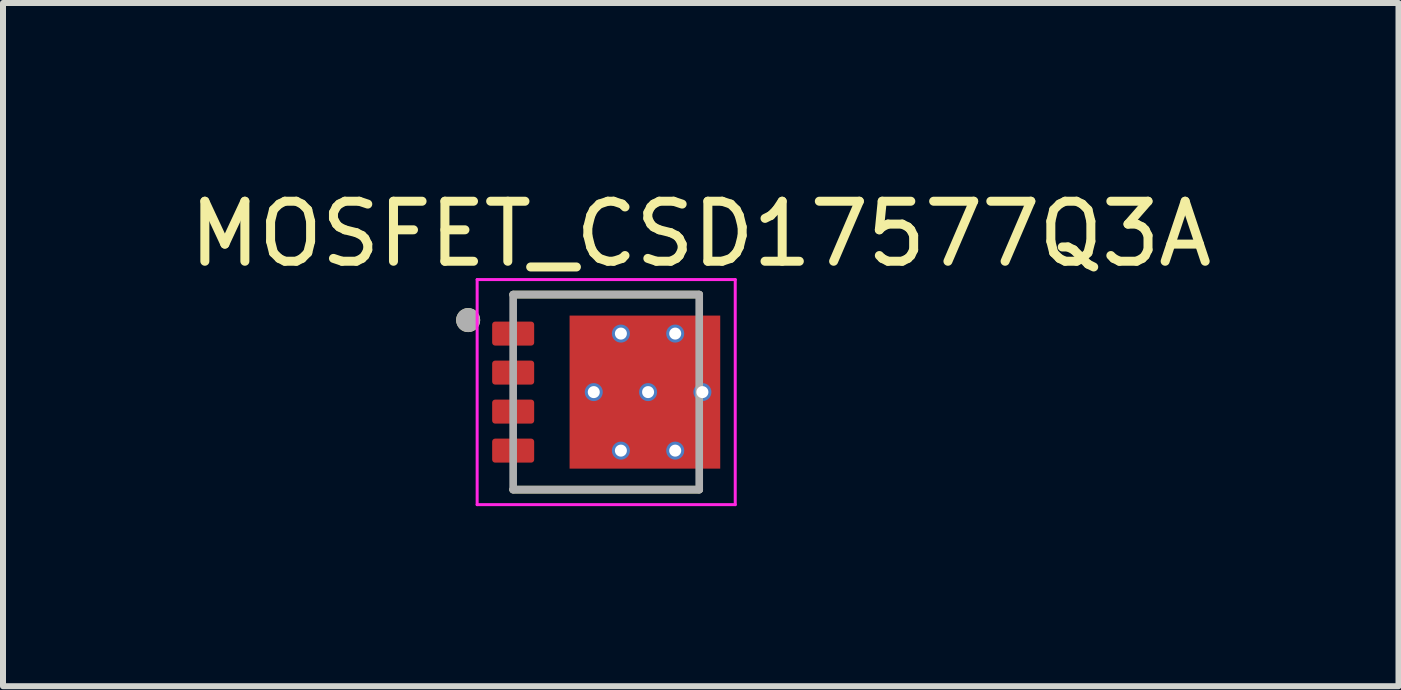
<source format=kicad_pcb>
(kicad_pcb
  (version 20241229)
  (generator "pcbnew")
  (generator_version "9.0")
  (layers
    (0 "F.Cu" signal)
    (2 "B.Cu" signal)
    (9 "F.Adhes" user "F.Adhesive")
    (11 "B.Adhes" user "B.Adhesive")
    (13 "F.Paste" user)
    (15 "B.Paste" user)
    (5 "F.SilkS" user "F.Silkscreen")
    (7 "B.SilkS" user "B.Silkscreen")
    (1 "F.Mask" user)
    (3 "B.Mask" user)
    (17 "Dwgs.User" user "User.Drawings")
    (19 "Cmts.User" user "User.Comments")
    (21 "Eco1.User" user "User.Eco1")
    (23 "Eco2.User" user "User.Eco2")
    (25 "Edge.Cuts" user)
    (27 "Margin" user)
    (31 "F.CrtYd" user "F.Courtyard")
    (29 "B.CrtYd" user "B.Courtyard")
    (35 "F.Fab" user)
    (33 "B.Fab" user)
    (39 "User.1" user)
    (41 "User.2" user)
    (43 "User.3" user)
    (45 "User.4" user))
  (footprint "MOSFET_CSD17577Q3A"
    (layer "F.Cu")
    (at 7.05 3.483)
    (property "Reference" "MOSFET_CSD17577Q3A" (at 1.575 -2.635 0) (layer "F.SilkS") (effects (font (size 1 1) (thickness 0.15))))
    (attr through_hole)
    (fp_poly (pts (xy -0.561 -1.225) (xy 1.215 -1.225) (xy 1.215 1.227) (xy -0.561 1.227)) (stroke (width 0.01) (type solid)) (fill yes) (layer "F.Mask"))
    (fp_poly (pts (xy 1.215 -0.475) (xy 1.85 -0.475) (xy 1.85 -0.175) (xy 1.215 -0.175)) (stroke (width 0.01) (type solid)) (fill yes) (layer "F.Mask"))
    (fp_poly (pts (xy 1.215 0.175) (xy 1.85 0.175) (xy 1.85 0.475) (xy 1.215 0.475)) (stroke (width 0.01) (type solid)) (fill yes) (layer "F.Mask"))
    (fp_poly (pts (xy 1.215 0.825) (xy 1.85 0.825) (xy 1.85 1.125) (xy 1.215 1.125)) (stroke (width 0.01) (type solid)) (fill yes) (layer "F.Mask"))
    (fp_poly (pts (xy 1.216 -1.125) (xy 1.85 -1.125) (xy 1.85 -0.826) (xy 1.216 -0.826)) (stroke (width 0.01) (type solid)) (fill yes) (layer "F.Mask"))
    (fp_poly (pts (xy -1.8 -1.125) (xy -1.3 -1.125) (xy -1.297 -1.125) (xy -1.295 -1.125) (xy -1.292 -1.124) (xy -1.29 -1.124) (xy -1.287 -1.123) (xy -1.285 -1.123) (xy -1.282 -1.122) (xy -1.28 -1.121) (xy -1.277 -1.12) (xy -1.275 -1.118) (xy -1.273 -1.117) (xy -1.271 -1.115) (xy -1.269 -1.114) (xy -1.267 -1.112) (xy -1.265 -1.11) (xy -1.263 -1.108) (xy -1.261 -1.106) (xy -1.26 -1.104) (xy -1.258 -1.102) (xy -1.257 -1.1) (xy -1.255 -1.098) (xy -1.254 -1.095) (xy -1.253 -1.093) (xy -1.252 -1.09) (xy -1.252 -1.088) (xy -1.251 -1.085) (xy -1.251 -1.083) (xy -1.25 -1.08) (xy -1.25 -1.078) (xy -1.25 -1.075) (xy -1.25 -0.875) (xy -1.25 -0.872) (xy -1.25 -0.87) (xy -1.251 -0.867) (xy -1.251 -0.865) (xy -1.252 -0.862) (xy -1.252 -0.86) (xy -1.253 -0.857) (xy -1.254 -0.855) (xy -1.255 -0.852) (xy -1.257 -0.85) (xy -1.258 -0.848) (xy -1.26 -0.846) (xy -1.261 -0.844) (xy -1.263 -0.842) (xy -1.265 -0.84) (xy -1.267 -0.838) (xy -1.269 -0.836) (xy -1.271 -0.835) (xy -1.273 -0.833) (xy -1.275 -0.832) (xy -1.277 -0.83) (xy -1.28 -0.829) (xy -1.282 -0.828) (xy -1.285 -0.827) (xy -1.287 -0.827) (xy -1.29 -0.826) (xy -1.292 -0.826) (xy -1.295 -0.825) (xy -1.297 -0.825) (xy -1.3 -0.825) (xy -1.8 -0.825) (xy -1.803 -0.825) (xy -1.805 -0.825) (xy -1.808 -0.826) (xy -1.81 -0.826) (xy -1.813 -0.827) (xy -1.815 -0.827) (xy -1.818 -0.828) (xy -1.82 -0.829) (xy -1.823 -0.83) (xy -1.825 -0.832) (xy -1.827 -0.833) (xy -1.829 -0.835) (xy -1.831 -0.836) (xy -1.833 -0.838) (xy -1.835 -0.84) (xy -1.837 -0.842) (xy -1.839 -0.844) (xy -1.84 -0.846) (xy -1.842 -0.848) (xy -1.843 -0.85) (xy -1.845 -0.852) (xy -1.846 -0.855) (xy -1.847 -0.857) (xy -1.848 -0.86) (xy -1.848 -0.862) (xy -1.849 -0.865) (xy -1.849 -0.867) (xy -1.85 -0.87) (xy -1.85 -0.872) (xy -1.85 -0.875) (xy -1.85 -1.075) (xy -1.85 -1.078) (xy -1.85 -1.08) (xy -1.849 -1.083) (xy -1.849 -1.085) (xy -1.848 -1.088) (xy -1.848 -1.09) (xy -1.847 -1.093) (xy -1.846 -1.095) (xy -1.845 -1.098) (xy -1.843 -1.1) (xy -1.842 -1.102) (xy -1.84 -1.104) (xy -1.839 -1.106) (xy -1.837 -1.108) (xy -1.835 -1.11) (xy -1.833 -1.112) (xy -1.831 -1.114) (xy -1.829 -1.115) (xy -1.827 -1.117) (xy -1.825 -1.118) (xy -1.823 -1.12) (xy -1.82 -1.121) (xy -1.818 -1.122) (xy -1.815 -1.123) (xy -1.813 -1.123) (xy -1.81 -1.124) (xy -1.808 -1.124) (xy -1.805 -1.125) (xy -1.803 -1.125) (xy -1.8 -1.125)) (stroke (width 0.0001) (type solid)) (fill yes) (layer "F.Mask"))
    (fp_poly (pts (xy -1.8 -0.475) (xy -1.3 -0.475) (xy -1.297 -0.475) (xy -1.295 -0.475) (xy -1.292 -0.474) (xy -1.29 -0.474) (xy -1.287 -0.473) (xy -1.285 -0.473) (xy -1.282 -0.472) (xy -1.28 -0.471) (xy -1.277 -0.47) (xy -1.275 -0.468) (xy -1.273 -0.467) (xy -1.271 -0.465) (xy -1.269 -0.464) (xy -1.267 -0.462) (xy -1.265 -0.46) (xy -1.263 -0.458) (xy -1.261 -0.456) (xy -1.26 -0.454) (xy -1.258 -0.452) (xy -1.257 -0.45) (xy -1.255 -0.448) (xy -1.254 -0.445) (xy -1.253 -0.443) (xy -1.252 -0.44) (xy -1.252 -0.438) (xy -1.251 -0.435) (xy -1.251 -0.433) (xy -1.25 -0.43) (xy -1.25 -0.428) (xy -1.25 -0.425) (xy -1.25 -0.225) (xy -1.25 -0.222) (xy -1.25 -0.22) (xy -1.251 -0.217) (xy -1.251 -0.215) (xy -1.252 -0.212) (xy -1.252 -0.21) (xy -1.253 -0.207) (xy -1.254 -0.205) (xy -1.255 -0.202) (xy -1.257 -0.2) (xy -1.258 -0.198) (xy -1.26 -0.196) (xy -1.261 -0.194) (xy -1.263 -0.192) (xy -1.265 -0.19) (xy -1.267 -0.188) (xy -1.269 -0.186) (xy -1.271 -0.185) (xy -1.273 -0.183) (xy -1.275 -0.182) (xy -1.277 -0.18) (xy -1.28 -0.179) (xy -1.282 -0.178) (xy -1.285 -0.177) (xy -1.287 -0.177) (xy -1.29 -0.176) (xy -1.292 -0.176) (xy -1.295 -0.175) (xy -1.297 -0.175) (xy -1.3 -0.175) (xy -1.8 -0.175) (xy -1.803 -0.175) (xy -1.805 -0.175) (xy -1.808 -0.176) (xy -1.81 -0.176) (xy -1.813 -0.177) (xy -1.815 -0.177) (xy -1.818 -0.178) (xy -1.82 -0.179) (xy -1.823 -0.18) (xy -1.825 -0.182) (xy -1.827 -0.183) (xy -1.829 -0.185) (xy -1.831 -0.186) (xy -1.833 -0.188) (xy -1.835 -0.19) (xy -1.837 -0.192) (xy -1.839 -0.194) (xy -1.84 -0.196) (xy -1.842 -0.198) (xy -1.843 -0.2) (xy -1.845 -0.202) (xy -1.846 -0.205) (xy -1.847 -0.207) (xy -1.848 -0.21) (xy -1.848 -0.212) (xy -1.849 -0.215) (xy -1.849 -0.217) (xy -1.85 -0.22) (xy -1.85 -0.222) (xy -1.85 -0.225) (xy -1.85 -0.425) (xy -1.85 -0.428) (xy -1.85 -0.43) (xy -1.849 -0.433) (xy -1.849 -0.435) (xy -1.848 -0.438) (xy -1.848 -0.44) (xy -1.847 -0.443) (xy -1.846 -0.445) (xy -1.845 -0.448) (xy -1.843 -0.45) (xy -1.842 -0.452) (xy -1.84 -0.454) (xy -1.839 -0.456) (xy -1.837 -0.458) (xy -1.835 -0.46) (xy -1.833 -0.462) (xy -1.831 -0.464) (xy -1.829 -0.465) (xy -1.827 -0.467) (xy -1.825 -0.468) (xy -1.823 -0.47) (xy -1.82 -0.471) (xy -1.818 -0.472) (xy -1.815 -0.473) (xy -1.813 -0.473) (xy -1.81 -0.474) (xy -1.808 -0.474) (xy -1.805 -0.475) (xy -1.803 -0.475) (xy -1.8 -0.475)) (stroke (width 0.0001) (type solid)) (fill yes) (layer "F.Mask"))
    (fp_poly (pts (xy -1.8 0.175) (xy -1.3 0.175) (xy -1.297 0.175) (xy -1.295 0.175) (xy -1.292 0.176) (xy -1.29 0.176) (xy -1.287 0.177) (xy -1.285 0.177) (xy -1.282 0.178) (xy -1.28 0.179) (xy -1.277 0.18) (xy -1.275 0.182) (xy -1.273 0.183) (xy -1.271 0.185) (xy -1.269 0.186) (xy -1.267 0.188) (xy -1.265 0.19) (xy -1.263 0.192) (xy -1.261 0.194) (xy -1.26 0.196) (xy -1.258 0.198) (xy -1.257 0.2) (xy -1.255 0.202) (xy -1.254 0.205) (xy -1.253 0.207) (xy -1.252 0.21) (xy -1.252 0.212) (xy -1.251 0.215) (xy -1.251 0.217) (xy -1.25 0.22) (xy -1.25 0.222) (xy -1.25 0.225) (xy -1.25 0.425) (xy -1.25 0.428) (xy -1.25 0.43) (xy -1.251 0.433) (xy -1.251 0.435) (xy -1.252 0.438) (xy -1.252 0.44) (xy -1.253 0.443) (xy -1.254 0.445) (xy -1.255 0.448) (xy -1.257 0.45) (xy -1.258 0.452) (xy -1.26 0.454) (xy -1.261 0.456) (xy -1.263 0.458) (xy -1.265 0.46) (xy -1.267 0.462) (xy -1.269 0.464) (xy -1.271 0.465) (xy -1.273 0.467) (xy -1.275 0.468) (xy -1.277 0.47) (xy -1.28 0.471) (xy -1.282 0.472) (xy -1.285 0.473) (xy -1.287 0.473) (xy -1.29 0.474) (xy -1.292 0.474) (xy -1.295 0.475) (xy -1.297 0.475) (xy -1.3 0.475) (xy -1.8 0.475) (xy -1.803 0.475) (xy -1.805 0.475) (xy -1.808 0.474) (xy -1.81 0.474) (xy -1.813 0.473) (xy -1.815 0.473) (xy -1.818 0.472) (xy -1.82 0.471) (xy -1.823 0.47) (xy -1.825 0.468) (xy -1.827 0.467) (xy -1.829 0.465) (xy -1.831 0.464) (xy -1.833 0.462) (xy -1.835 0.46) (xy -1.837 0.458) (xy -1.839 0.456) (xy -1.84 0.454) (xy -1.842 0.452) (xy -1.843 0.45) (xy -1.845 0.448) (xy -1.846 0.445) (xy -1.847 0.443) (xy -1.848 0.44) (xy -1.848 0.438) (xy -1.849 0.435) (xy -1.849 0.433) (xy -1.85 0.43) (xy -1.85 0.428) (xy -1.85 0.425) (xy -1.85 0.225) (xy -1.85 0.222) (xy -1.85 0.22) (xy -1.849 0.217) (xy -1.849 0.215) (xy -1.848 0.212) (xy -1.848 0.21) (xy -1.847 0.207) (xy -1.846 0.205) (xy -1.845 0.202) (xy -1.843 0.2) (xy -1.842 0.198) (xy -1.84 0.196) (xy -1.839 0.194) (xy -1.837 0.192) (xy -1.835 0.19) (xy -1.833 0.188) (xy -1.831 0.186) (xy -1.829 0.185) (xy -1.827 0.183) (xy -1.825 0.182) (xy -1.823 0.18) (xy -1.82 0.179) (xy -1.818 0.178) (xy -1.815 0.177) (xy -1.813 0.177) (xy -1.81 0.176) (xy -1.808 0.176) (xy -1.805 0.175) (xy -1.803 0.175) (xy -1.8 0.175)) (stroke (width 0.0001) (type solid)) (fill yes) (layer "F.Mask"))
    (fp_poly (pts (xy -1.8 0.825) (xy -1.3 0.825) (xy -1.297 0.825) (xy -1.295 0.825) (xy -1.292 0.826) (xy -1.29 0.826) (xy -1.287 0.827) (xy -1.285 0.827) (xy -1.282 0.828) (xy -1.28 0.829) (xy -1.277 0.83) (xy -1.275 0.832) (xy -1.273 0.833) (xy -1.271 0.835) (xy -1.269 0.836) (xy -1.267 0.838) (xy -1.265 0.84) (xy -1.263 0.842) (xy -1.261 0.844) (xy -1.26 0.846) (xy -1.258 0.848) (xy -1.257 0.85) (xy -1.255 0.852) (xy -1.254 0.855) (xy -1.253 0.857) (xy -1.252 0.86) (xy -1.252 0.862) (xy -1.251 0.865) (xy -1.251 0.867) (xy -1.25 0.87) (xy -1.25 0.872) (xy -1.25 0.875) (xy -1.25 1.075) (xy -1.25 1.078) (xy -1.25 1.08) (xy -1.251 1.083) (xy -1.251 1.085) (xy -1.252 1.088) (xy -1.252 1.09) (xy -1.253 1.093) (xy -1.254 1.095) (xy -1.255 1.098) (xy -1.257 1.1) (xy -1.258 1.102) (xy -1.26 1.104) (xy -1.261 1.106) (xy -1.263 1.108) (xy -1.265 1.11) (xy -1.267 1.112) (xy -1.269 1.114) (xy -1.271 1.115) (xy -1.273 1.117) (xy -1.275 1.118) (xy -1.277 1.12) (xy -1.28 1.121) (xy -1.282 1.122) (xy -1.285 1.123) (xy -1.287 1.123) (xy -1.29 1.124) (xy -1.292 1.124) (xy -1.295 1.125) (xy -1.297 1.125) (xy -1.3 1.125) (xy -1.8 1.125) (xy -1.803 1.125) (xy -1.805 1.125) (xy -1.808 1.124) (xy -1.81 1.124) (xy -1.813 1.123) (xy -1.815 1.123) (xy -1.818 1.122) (xy -1.82 1.121) (xy -1.823 1.12) (xy -1.825 1.118) (xy -1.827 1.117) (xy -1.829 1.115) (xy -1.831 1.114) (xy -1.833 1.112) (xy -1.835 1.11) (xy -1.837 1.108) (xy -1.839 1.106) (xy -1.84 1.104) (xy -1.842 1.102) (xy -1.843 1.1) (xy -1.845 1.098) (xy -1.846 1.095) (xy -1.847 1.093) (xy -1.848 1.09) (xy -1.848 1.088) (xy -1.849 1.085) (xy -1.849 1.083) (xy -1.85 1.08) (xy -1.85 1.078) (xy -1.85 1.075) (xy -1.85 0.875) (xy -1.85 0.872) (xy -1.85 0.87) (xy -1.849 0.867) (xy -1.849 0.865) (xy -1.848 0.862) (xy -1.848 0.86) (xy -1.847 0.857) (xy -1.846 0.855) (xy -1.845 0.852) (xy -1.843 0.85) (xy -1.842 0.848) (xy -1.84 0.846) (xy -1.839 0.844) (xy -1.837 0.842) (xy -1.835 0.84) (xy -1.833 0.838) (xy -1.831 0.836) (xy -1.829 0.835) (xy -1.827 0.833) (xy -1.825 0.832) (xy -1.823 0.83) (xy -1.82 0.829) (xy -1.818 0.828) (xy -1.815 0.827) (xy -1.813 0.827) (xy -1.81 0.826) (xy -1.808 0.826) (xy -1.805 0.825) (xy -1.803 0.825) (xy -1.8 0.825)) (stroke (width 0.0001) (type solid)) (fill yes) (layer "F.Mask"))
    (fp_line (start -1.55 -1.625) (end 1.55 -1.625) (stroke (width 0.127) (type solid)) (layer "F.SilkS"))
    (fp_line (start 1.55 1.625) (end -1.55 1.625) (stroke (width 0.127) (type solid)) (layer "F.SilkS"))
    (fp_circle (center -2.3 -1.2) (end -2.2 -1.2) (stroke (width 0.2) (type solid)) (fill no) (layer "F.SilkS"))
    (fp_poly (pts (xy -0.561 0.1) (xy 0.144 0.1) (xy 0.144 1.225) (xy -0.561 1.225)) (stroke (width 0.01) (type solid)) (fill yes) (layer "F.Paste"))
    (fp_poly (pts (xy -0.561 -1.225) (xy 0.144 -1.225) (xy 0.144 -0.1) (xy -0.561 -0.1)) (stroke (width 0.01) (type solid)) (fill yes) (layer "F.Paste"))
    (fp_poly (pts (xy 0.345 0.1) (xy 1.05 0.1) (xy 1.05 1.226) (xy 0.345 1.226)) (stroke (width 0.01) (type solid)) (fill yes) (layer "F.Paste"))
    (fp_poly (pts (xy 0.345 -1.225) (xy 1.05 -1.225) (xy 1.05 -0.1) (xy 0.345 -0.1)) (stroke (width 0.01) (type solid)) (fill yes) (layer "F.Paste"))
    (fp_poly (pts (xy -1.8 -1.125) (xy -1.3 -1.125) (xy -1.297 -1.125) (xy -1.295 -1.125) (xy -1.292 -1.124) (xy -1.29 -1.124) (xy -1.287 -1.123) (xy -1.285 -1.123) (xy -1.282 -1.122) (xy -1.28 -1.121) (xy -1.277 -1.12) (xy -1.275 -1.118) (xy -1.273 -1.117) (xy -1.271 -1.115) (xy -1.269 -1.114) (xy -1.267 -1.112) (xy -1.265 -1.11) (xy -1.263 -1.108) (xy -1.261 -1.106) (xy -1.26 -1.104) (xy -1.258 -1.102) (xy -1.257 -1.1) (xy -1.255 -1.098) (xy -1.254 -1.095) (xy -1.253 -1.093) (xy -1.252 -1.09) (xy -1.252 -1.088) (xy -1.251 -1.085) (xy -1.251 -1.083) (xy -1.25 -1.08) (xy -1.25 -1.078) (xy -1.25 -1.075) (xy -1.25 -0.875) (xy -1.25 -0.872) (xy -1.25 -0.87) (xy -1.251 -0.867) (xy -1.251 -0.865) (xy -1.252 -0.862) (xy -1.252 -0.86) (xy -1.253 -0.857) (xy -1.254 -0.855) (xy -1.255 -0.852) (xy -1.257 -0.85) (xy -1.258 -0.848) (xy -1.26 -0.846) (xy -1.261 -0.844) (xy -1.263 -0.842) (xy -1.265 -0.84) (xy -1.267 -0.838) (xy -1.269 -0.836) (xy -1.271 -0.835) (xy -1.273 -0.833) (xy -1.275 -0.832) (xy -1.277 -0.83) (xy -1.28 -0.829) (xy -1.282 -0.828) (xy -1.285 -0.827) (xy -1.287 -0.827) (xy -1.29 -0.826) (xy -1.292 -0.826) (xy -1.295 -0.825) (xy -1.297 -0.825) (xy -1.3 -0.825) (xy -1.8 -0.825) (xy -1.803 -0.825) (xy -1.805 -0.825) (xy -1.808 -0.826) (xy -1.81 -0.826) (xy -1.813 -0.827) (xy -1.815 -0.827) (xy -1.818 -0.828) (xy -1.82 -0.829) (xy -1.823 -0.83) (xy -1.825 -0.832) (xy -1.827 -0.833) (xy -1.829 -0.835) (xy -1.831 -0.836) (xy -1.833 -0.838) (xy -1.835 -0.84) (xy -1.837 -0.842) (xy -1.839 -0.844) (xy -1.84 -0.846) (xy -1.842 -0.848) (xy -1.843 -0.85) (xy -1.845 -0.852) (xy -1.846 -0.855) (xy -1.847 -0.857) (xy -1.848 -0.86) (xy -1.848 -0.862) (xy -1.849 -0.865) (xy -1.849 -0.867) (xy -1.85 -0.87) (xy -1.85 -0.872) (xy -1.85 -0.875) (xy -1.85 -1.075) (xy -1.85 -1.078) (xy -1.85 -1.08) (xy -1.849 -1.083) (xy -1.849 -1.085) (xy -1.848 -1.088) (xy -1.848 -1.09) (xy -1.847 -1.093) (xy -1.846 -1.095) (xy -1.845 -1.098) (xy -1.843 -1.1) (xy -1.842 -1.102) (xy -1.84 -1.104) (xy -1.839 -1.106) (xy -1.837 -1.108) (xy -1.835 -1.11) (xy -1.833 -1.112) (xy -1.831 -1.114) (xy -1.829 -1.115) (xy -1.827 -1.117) (xy -1.825 -1.118) (xy -1.823 -1.12) (xy -1.82 -1.121) (xy -1.818 -1.122) (xy -1.815 -1.123) (xy -1.813 -1.123) (xy -1.81 -1.124) (xy -1.808 -1.124) (xy -1.805 -1.125) (xy -1.803 -1.125) (xy -1.8 -1.125)) (stroke (width 0.0001) (type solid)) (fill yes) (layer "F.Paste"))
    (fp_poly (pts (xy -1.8 -0.475) (xy -1.3 -0.475) (xy -1.297 -0.475) (xy -1.295 -0.475) (xy -1.292 -0.474) (xy -1.29 -0.474) (xy -1.287 -0.473) (xy -1.285 -0.473) (xy -1.282 -0.472) (xy -1.28 -0.471) (xy -1.277 -0.47) (xy -1.275 -0.468) (xy -1.273 -0.467) (xy -1.271 -0.465) (xy -1.269 -0.464) (xy -1.267 -0.462) (xy -1.265 -0.46) (xy -1.263 -0.458) (xy -1.261 -0.456) (xy -1.26 -0.454) (xy -1.258 -0.452) (xy -1.257 -0.45) (xy -1.255 -0.448) (xy -1.254 -0.445) (xy -1.253 -0.443) (xy -1.252 -0.44) (xy -1.252 -0.438) (xy -1.251 -0.435) (xy -1.251 -0.433) (xy -1.25 -0.43) (xy -1.25 -0.428) (xy -1.25 -0.425) (xy -1.25 -0.225) (xy -1.25 -0.222) (xy -1.25 -0.22) (xy -1.251 -0.217) (xy -1.251 -0.215) (xy -1.252 -0.212) (xy -1.252 -0.21) (xy -1.253 -0.207) (xy -1.254 -0.205) (xy -1.255 -0.202) (xy -1.257 -0.2) (xy -1.258 -0.198) (xy -1.26 -0.196) (xy -1.261 -0.194) (xy -1.263 -0.192) (xy -1.265 -0.19) (xy -1.267 -0.188) (xy -1.269 -0.186) (xy -1.271 -0.185) (xy -1.273 -0.183) (xy -1.275 -0.182) (xy -1.277 -0.18) (xy -1.28 -0.179) (xy -1.282 -0.178) (xy -1.285 -0.177) (xy -1.287 -0.177) (xy -1.29 -0.176) (xy -1.292 -0.176) (xy -1.295 -0.175) (xy -1.297 -0.175) (xy -1.3 -0.175) (xy -1.8 -0.175) (xy -1.803 -0.175) (xy -1.805 -0.175) (xy -1.808 -0.176) (xy -1.81 -0.176) (xy -1.813 -0.177) (xy -1.815 -0.177) (xy -1.818 -0.178) (xy -1.82 -0.179) (xy -1.823 -0.18) (xy -1.825 -0.182) (xy -1.827 -0.183) (xy -1.829 -0.185) (xy -1.831 -0.186) (xy -1.833 -0.188) (xy -1.835 -0.19) (xy -1.837 -0.192) (xy -1.839 -0.194) (xy -1.84 -0.196) (xy -1.842 -0.198) (xy -1.843 -0.2) (xy -1.845 -0.202) (xy -1.846 -0.205) (xy -1.847 -0.207) (xy -1.848 -0.21) (xy -1.848 -0.212) (xy -1.849 -0.215) (xy -1.849 -0.217) (xy -1.85 -0.22) (xy -1.85 -0.222) (xy -1.85 -0.225) (xy -1.85 -0.425) (xy -1.85 -0.428) (xy -1.85 -0.43) (xy -1.849 -0.433) (xy -1.849 -0.435) (xy -1.848 -0.438) (xy -1.848 -0.44) (xy -1.847 -0.443) (xy -1.846 -0.445) (xy -1.845 -0.448) (xy -1.843 -0.45) (xy -1.842 -0.452) (xy -1.84 -0.454) (xy -1.839 -0.456) (xy -1.837 -0.458) (xy -1.835 -0.46) (xy -1.833 -0.462) (xy -1.831 -0.464) (xy -1.829 -0.465) (xy -1.827 -0.467) (xy -1.825 -0.468) (xy -1.823 -0.47) (xy -1.82 -0.471) (xy -1.818 -0.472) (xy -1.815 -0.473) (xy -1.813 -0.473) (xy -1.81 -0.474) (xy -1.808 -0.474) (xy -1.805 -0.475) (xy -1.803 -0.475) (xy -1.8 -0.475)) (stroke (width 0.0001) (type solid)) (fill yes) (layer "F.Paste"))
    (fp_poly (pts (xy -1.8 0.175) (xy -1.3 0.175) (xy -1.297 0.175) (xy -1.295 0.175) (xy -1.292 0.176) (xy -1.29 0.176) (xy -1.287 0.177) (xy -1.285 0.177) (xy -1.282 0.178) (xy -1.28 0.179) (xy -1.277 0.18) (xy -1.275 0.182) (xy -1.273 0.183) (xy -1.271 0.185) (xy -1.269 0.186) (xy -1.267 0.188) (xy -1.265 0.19) (xy -1.263 0.192) (xy -1.261 0.194) (xy -1.26 0.196) (xy -1.258 0.198) (xy -1.257 0.2) (xy -1.255 0.202) (xy -1.254 0.205) (xy -1.253 0.207) (xy -1.252 0.21) (xy -1.252 0.212) (xy -1.251 0.215) (xy -1.251 0.217) (xy -1.25 0.22) (xy -1.25 0.222) (xy -1.25 0.225) (xy -1.25 0.425) (xy -1.25 0.428) (xy -1.25 0.43) (xy -1.251 0.433) (xy -1.251 0.435) (xy -1.252 0.438) (xy -1.252 0.44) (xy -1.253 0.443) (xy -1.254 0.445) (xy -1.255 0.448) (xy -1.257 0.45) (xy -1.258 0.452) (xy -1.26 0.454) (xy -1.261 0.456) (xy -1.263 0.458) (xy -1.265 0.46) (xy -1.267 0.462) (xy -1.269 0.464) (xy -1.271 0.465) (xy -1.273 0.467) (xy -1.275 0.468) (xy -1.277 0.47) (xy -1.28 0.471) (xy -1.282 0.472) (xy -1.285 0.473) (xy -1.287 0.473) (xy -1.29 0.474) (xy -1.292 0.474) (xy -1.295 0.475) (xy -1.297 0.475) (xy -1.3 0.475) (xy -1.8 0.475) (xy -1.803 0.475) (xy -1.805 0.475) (xy -1.808 0.474) (xy -1.81 0.474) (xy -1.813 0.473) (xy -1.815 0.473) (xy -1.818 0.472) (xy -1.82 0.471) (xy -1.823 0.47) (xy -1.825 0.468) (xy -1.827 0.467) (xy -1.829 0.465) (xy -1.831 0.464) (xy -1.833 0.462) (xy -1.835 0.46) (xy -1.837 0.458) (xy -1.839 0.456) (xy -1.84 0.454) (xy -1.842 0.452) (xy -1.843 0.45) (xy -1.845 0.448) (xy -1.846 0.445) (xy -1.847 0.443) (xy -1.848 0.44) (xy -1.848 0.438) (xy -1.849 0.435) (xy -1.849 0.433) (xy -1.85 0.43) (xy -1.85 0.428) (xy -1.85 0.425) (xy -1.85 0.225) (xy -1.85 0.222) (xy -1.85 0.22) (xy -1.849 0.217) (xy -1.849 0.215) (xy -1.848 0.212) (xy -1.848 0.21) (xy -1.847 0.207) (xy -1.846 0.205) (xy -1.845 0.202) (xy -1.843 0.2) (xy -1.842 0.198) (xy -1.84 0.196) (xy -1.839 0.194) (xy -1.837 0.192) (xy -1.835 0.19) (xy -1.833 0.188) (xy -1.831 0.186) (xy -1.829 0.185) (xy -1.827 0.183) (xy -1.825 0.182) (xy -1.823 0.18) (xy -1.82 0.179) (xy -1.818 0.178) (xy -1.815 0.177) (xy -1.813 0.177) (xy -1.81 0.176) (xy -1.808 0.176) (xy -1.805 0.175) (xy -1.803 0.175) (xy -1.8 0.175)) (stroke (width 0.0001) (type solid)) (fill yes) (layer "F.Paste"))
    (fp_poly (pts (xy -1.8 0.825) (xy -1.3 0.825) (xy -1.297 0.825) (xy -1.295 0.825) (xy -1.292 0.826) (xy -1.29 0.826) (xy -1.287 0.827) (xy -1.285 0.827) (xy -1.282 0.828) (xy -1.28 0.829) (xy -1.277 0.83) (xy -1.275 0.832) (xy -1.273 0.833) (xy -1.271 0.835) (xy -1.269 0.836) (xy -1.267 0.838) (xy -1.265 0.84) (xy -1.263 0.842) (xy -1.261 0.844) (xy -1.26 0.846) (xy -1.258 0.848) (xy -1.257 0.85) (xy -1.255 0.852) (xy -1.254 0.855) (xy -1.253 0.857) (xy -1.252 0.86) (xy -1.252 0.862) (xy -1.251 0.865) (xy -1.251 0.867) (xy -1.25 0.87) (xy -1.25 0.872) (xy -1.25 0.875) (xy -1.25 1.075) (xy -1.25 1.078) (xy -1.25 1.08) (xy -1.251 1.083) (xy -1.251 1.085) (xy -1.252 1.088) (xy -1.252 1.09) (xy -1.253 1.093) (xy -1.254 1.095) (xy -1.255 1.098) (xy -1.257 1.1) (xy -1.258 1.102) (xy -1.26 1.104) (xy -1.261 1.106) (xy -1.263 1.108) (xy -1.265 1.11) (xy -1.267 1.112) (xy -1.269 1.114) (xy -1.271 1.115) (xy -1.273 1.117) (xy -1.275 1.118) (xy -1.277 1.12) (xy -1.28 1.121) (xy -1.282 1.122) (xy -1.285 1.123) (xy -1.287 1.123) (xy -1.29 1.124) (xy -1.292 1.124) (xy -1.295 1.125) (xy -1.297 1.125) (xy -1.3 1.125) (xy -1.8 1.125) (xy -1.803 1.125) (xy -1.805 1.125) (xy -1.808 1.124) (xy -1.81 1.124) (xy -1.813 1.123) (xy -1.815 1.123) (xy -1.818 1.122) (xy -1.82 1.121) (xy -1.823 1.12) (xy -1.825 1.118) (xy -1.827 1.117) (xy -1.829 1.115) (xy -1.831 1.114) (xy -1.833 1.112) (xy -1.835 1.11) (xy -1.837 1.108) (xy -1.839 1.106) (xy -1.84 1.104) (xy -1.842 1.102) (xy -1.843 1.1) (xy -1.845 1.098) (xy -1.846 1.095) (xy -1.847 1.093) (xy -1.848 1.09) (xy -1.848 1.088) (xy -1.849 1.085) (xy -1.849 1.083) (xy -1.85 1.08) (xy -1.85 1.078) (xy -1.85 1.075) (xy -1.85 0.875) (xy -1.85 0.872) (xy -1.85 0.87) (xy -1.849 0.867) (xy -1.849 0.865) (xy -1.848 0.862) (xy -1.848 0.86) (xy -1.847 0.857) (xy -1.846 0.855) (xy -1.845 0.852) (xy -1.843 0.85) (xy -1.842 0.848) (xy -1.84 0.846) (xy -1.839 0.844) (xy -1.837 0.842) (xy -1.835 0.84) (xy -1.833 0.838) (xy -1.831 0.836) (xy -1.829 0.835) (xy -1.827 0.833) (xy -1.825 0.832) (xy -1.823 0.83) (xy -1.82 0.829) (xy -1.818 0.828) (xy -1.815 0.827) (xy -1.813 0.827) (xy -1.81 0.826) (xy -1.808 0.826) (xy -1.805 0.825) (xy -1.803 0.825) (xy -1.8 0.825)) (stroke (width 0.0001) (type solid)) (fill yes) (layer "F.Paste"))
    (fp_poly (pts (xy 1.8 -0.825) (xy 1.3 -0.825) (xy 1.297 -0.825) (xy 1.295 -0.825) (xy 1.292 -0.826) (xy 1.29 -0.826) (xy 1.287 -0.827) (xy 1.285 -0.827) (xy 1.282 -0.828) (xy 1.28 -0.829) (xy 1.277 -0.83) (xy 1.275 -0.832) (xy 1.273 -0.833) (xy 1.271 -0.835) (xy 1.269 -0.836) (xy 1.267 -0.838) (xy 1.265 -0.84) (xy 1.263 -0.842) (xy 1.261 -0.844) (xy 1.26 -0.846) (xy 1.258 -0.848) (xy 1.257 -0.85) (xy 1.255 -0.852) (xy 1.254 -0.855) (xy 1.253 -0.857) (xy 1.252 -0.86) (xy 1.252 -0.862) (xy 1.251 -0.865) (xy 1.251 -0.867) (xy 1.25 -0.87) (xy 1.25 -0.872) (xy 1.25 -0.875) (xy 1.25 -1.075) (xy 1.25 -1.078) (xy 1.25 -1.08) (xy 1.251 -1.083) (xy 1.251 -1.085) (xy 1.252 -1.088) (xy 1.252 -1.09) (xy 1.253 -1.093) (xy 1.254 -1.095) (xy 1.255 -1.098) (xy 1.257 -1.1) (xy 1.258 -1.102) (xy 1.26 -1.104) (xy 1.261 -1.106) (xy 1.263 -1.108) (xy 1.265 -1.11) (xy 1.267 -1.112) (xy 1.269 -1.114) (xy 1.271 -1.115) (xy 1.273 -1.117) (xy 1.275 -1.118) (xy 1.277 -1.12) (xy 1.28 -1.121) (xy 1.282 -1.122) (xy 1.285 -1.123) (xy 1.287 -1.123) (xy 1.29 -1.124) (xy 1.292 -1.124) (xy 1.295 -1.125) (xy 1.297 -1.125) (xy 1.3 -1.125) (xy 1.8 -1.125) (xy 1.803 -1.125) (xy 1.805 -1.125) (xy 1.808 -1.124) (xy 1.81 -1.124) (xy 1.813 -1.123) (xy 1.815 -1.123) (xy 1.818 -1.122) (xy 1.82 -1.121) (xy 1.823 -1.12) (xy 1.825 -1.118) (xy 1.827 -1.117) (xy 1.829 -1.115) (xy 1.831 -1.114) (xy 1.833 -1.112) (xy 1.835 -1.11) (xy 1.837 -1.108) (xy 1.839 -1.106) (xy 1.84 -1.104) (xy 1.842 -1.102) (xy 1.843 -1.1) (xy 1.845 -1.098) (xy 1.846 -1.095) (xy 1.847 -1.093) (xy 1.848 -1.09) (xy 1.848 -1.088) (xy 1.849 -1.085) (xy 1.849 -1.083) (xy 1.85 -1.08) (xy 1.85 -1.078) (xy 1.85 -1.075) (xy 1.85 -0.875) (xy 1.85 -0.872) (xy 1.85 -0.87) (xy 1.849 -0.867) (xy 1.849 -0.865) (xy 1.848 -0.862) (xy 1.848 -0.86) (xy 1.847 -0.857) (xy 1.846 -0.855) (xy 1.845 -0.852) (xy 1.843 -0.85) (xy 1.842 -0.848) (xy 1.84 -0.846) (xy 1.839 -0.844) (xy 1.837 -0.842) (xy 1.835 -0.84) (xy 1.833 -0.838) (xy 1.831 -0.836) (xy 1.829 -0.835) (xy 1.827 -0.833) (xy 1.825 -0.832) (xy 1.823 -0.83) (xy 1.82 -0.829) (xy 1.818 -0.828) (xy 1.815 -0.827) (xy 1.813 -0.827) (xy 1.81 -0.826) (xy 1.808 -0.826) (xy 1.805 -0.825) (xy 1.803 -0.825) (xy 1.8 -0.825)) (stroke (width 0.0001) (type solid)) (fill yes) (layer "F.Paste"))
    (fp_poly (pts (xy 1.8 -0.175) (xy 1.3 -0.175) (xy 1.297 -0.175) (xy 1.295 -0.175) (xy 1.292 -0.176) (xy 1.29 -0.176) (xy 1.287 -0.177) (xy 1.285 -0.177) (xy 1.282 -0.178) (xy 1.28 -0.179) (xy 1.277 -0.18) (xy 1.275 -0.182) (xy 1.273 -0.183) (xy 1.271 -0.185) (xy 1.269 -0.186) (xy 1.267 -0.188) (xy 1.265 -0.19) (xy 1.263 -0.192) (xy 1.261 -0.194) (xy 1.26 -0.196) (xy 1.258 -0.198) (xy 1.257 -0.2) (xy 1.255 -0.202) (xy 1.254 -0.205) (xy 1.253 -0.207) (xy 1.252 -0.21) (xy 1.252 -0.212) (xy 1.251 -0.215) (xy 1.251 -0.217) (xy 1.25 -0.22) (xy 1.25 -0.222) (xy 1.25 -0.225) (xy 1.25 -0.425) (xy 1.25 -0.428) (xy 1.25 -0.43) (xy 1.251 -0.433) (xy 1.251 -0.435) (xy 1.252 -0.438) (xy 1.252 -0.44) (xy 1.253 -0.443) (xy 1.254 -0.445) (xy 1.255 -0.448) (xy 1.257 -0.45) (xy 1.258 -0.452) (xy 1.26 -0.454) (xy 1.261 -0.456) (xy 1.263 -0.458) (xy 1.265 -0.46) (xy 1.267 -0.462) (xy 1.269 -0.464) (xy 1.271 -0.465) (xy 1.273 -0.467) (xy 1.275 -0.468) (xy 1.277 -0.47) (xy 1.28 -0.471) (xy 1.282 -0.472) (xy 1.285 -0.473) (xy 1.287 -0.473) (xy 1.29 -0.474) (xy 1.292 -0.474) (xy 1.295 -0.475) (xy 1.297 -0.475) (xy 1.3 -0.475) (xy 1.8 -0.475) (xy 1.803 -0.475) (xy 1.805 -0.475) (xy 1.808 -0.474) (xy 1.81 -0.474) (xy 1.813 -0.473) (xy 1.815 -0.473) (xy 1.818 -0.472) (xy 1.82 -0.471) (xy 1.823 -0.47) (xy 1.825 -0.468) (xy 1.827 -0.467) (xy 1.829 -0.465) (xy 1.831 -0.464) (xy 1.833 -0.462) (xy 1.835 -0.46) (xy 1.837 -0.458) (xy 1.839 -0.456) (xy 1.84 -0.454) (xy 1.842 -0.452) (xy 1.843 -0.45) (xy 1.845 -0.448) (xy 1.846 -0.445) (xy 1.847 -0.443) (xy 1.848 -0.44) (xy 1.848 -0.438) (xy 1.849 -0.435) (xy 1.849 -0.433) (xy 1.85 -0.43) (xy 1.85 -0.428) (xy 1.85 -0.425) (xy 1.85 -0.225) (xy 1.85 -0.222) (xy 1.85 -0.22) (xy 1.849 -0.217) (xy 1.849 -0.215) (xy 1.848 -0.212) (xy 1.848 -0.21) (xy 1.847 -0.207) (xy 1.846 -0.205) (xy 1.845 -0.202) (xy 1.843 -0.2) (xy 1.842 -0.198) (xy 1.84 -0.196) (xy 1.839 -0.194) (xy 1.837 -0.192) (xy 1.835 -0.19) (xy 1.833 -0.188) (xy 1.831 -0.186) (xy 1.829 -0.185) (xy 1.827 -0.183) (xy 1.825 -0.182) (xy 1.823 -0.18) (xy 1.82 -0.179) (xy 1.818 -0.178) (xy 1.815 -0.177) (xy 1.813 -0.177) (xy 1.81 -0.176) (xy 1.808 -0.176) (xy 1.805 -0.175) (xy 1.803 -0.175) (xy 1.8 -0.175)) (stroke (width 0.0001) (type solid)) (fill yes) (layer "F.Paste"))
    (fp_poly (pts (xy 1.8 0.475) (xy 1.3 0.475) (xy 1.297 0.475) (xy 1.295 0.475) (xy 1.292 0.474) (xy 1.29 0.474) (xy 1.287 0.473) (xy 1.285 0.473) (xy 1.282 0.472) (xy 1.28 0.471) (xy 1.277 0.47) (xy 1.275 0.468) (xy 1.273 0.467) (xy 1.271 0.465) (xy 1.269 0.464) (xy 1.267 0.462) (xy 1.265 0.46) (xy 1.263 0.458) (xy 1.261 0.456) (xy 1.26 0.454) (xy 1.258 0.452) (xy 1.257 0.45) (xy 1.255 0.448) (xy 1.254 0.445) (xy 1.253 0.443) (xy 1.252 0.44) (xy 1.252 0.438) (xy 1.251 0.435) (xy 1.251 0.433) (xy 1.25 0.43) (xy 1.25 0.428) (xy 1.25 0.425) (xy 1.25 0.225) (xy 1.25 0.222) (xy 1.25 0.22) (xy 1.251 0.217) (xy 1.251 0.215) (xy 1.252 0.212) (xy 1.252 0.21) (xy 1.253 0.207) (xy 1.254 0.205) (xy 1.255 0.202) (xy 1.257 0.2) (xy 1.258 0.198) (xy 1.26 0.196) (xy 1.261 0.194) (xy 1.263 0.192) (xy 1.265 0.19) (xy 1.267 0.188) (xy 1.269 0.186) (xy 1.271 0.185) (xy 1.273 0.183) (xy 1.275 0.182) (xy 1.277 0.18) (xy 1.28 0.179) (xy 1.282 0.178) (xy 1.285 0.177) (xy 1.287 0.177) (xy 1.29 0.176) (xy 1.292 0.176) (xy 1.295 0.175) (xy 1.297 0.175) (xy 1.3 0.175) (xy 1.8 0.175) (xy 1.803 0.175) (xy 1.805 0.175) (xy 1.808 0.176) (xy 1.81 0.176) (xy 1.813 0.177) (xy 1.815 0.177) (xy 1.818 0.178) (xy 1.82 0.179) (xy 1.823 0.18) (xy 1.825 0.182) (xy 1.827 0.183) (xy 1.829 0.185) (xy 1.831 0.186) (xy 1.833 0.188) (xy 1.835 0.19) (xy 1.837 0.192) (xy 1.839 0.194) (xy 1.84 0.196) (xy 1.842 0.198) (xy 1.843 0.2) (xy 1.845 0.202) (xy 1.846 0.205) (xy 1.847 0.207) (xy 1.848 0.21) (xy 1.848 0.212) (xy 1.849 0.215) (xy 1.849 0.217) (xy 1.85 0.22) (xy 1.85 0.222) (xy 1.85 0.225) (xy 1.85 0.425) (xy 1.85 0.428) (xy 1.85 0.43) (xy 1.849 0.433) (xy 1.849 0.435) (xy 1.848 0.438) (xy 1.848 0.44) (xy 1.847 0.443) (xy 1.846 0.445) (xy 1.845 0.448) (xy 1.843 0.45) (xy 1.842 0.452) (xy 1.84 0.454) (xy 1.839 0.456) (xy 1.837 0.458) (xy 1.835 0.46) (xy 1.833 0.462) (xy 1.831 0.464) (xy 1.829 0.465) (xy 1.827 0.467) (xy 1.825 0.468) (xy 1.823 0.47) (xy 1.82 0.471) (xy 1.818 0.472) (xy 1.815 0.473) (xy 1.813 0.473) (xy 1.81 0.474) (xy 1.808 0.474) (xy 1.805 0.475) (xy 1.803 0.475) (xy 1.8 0.475)) (stroke (width 0.0001) (type solid)) (fill yes) (layer "F.Paste"))
    (fp_poly (pts (xy 1.8 1.125) (xy 1.3 1.125) (xy 1.297 1.125) (xy 1.295 1.125) (xy 1.292 1.124) (xy 1.29 1.124) (xy 1.287 1.123) (xy 1.285 1.123) (xy 1.282 1.122) (xy 1.28 1.121) (xy 1.277 1.12) (xy 1.275 1.118) (xy 1.273 1.117) (xy 1.271 1.115) (xy 1.269 1.114) (xy 1.267 1.112) (xy 1.265 1.11) (xy 1.263 1.108) (xy 1.261 1.106) (xy 1.26 1.104) (xy 1.258 1.102) (xy 1.257 1.1) (xy 1.255 1.098) (xy 1.254 1.095) (xy 1.253 1.093) (xy 1.252 1.09) (xy 1.252 1.088) (xy 1.251 1.085) (xy 1.251 1.083) (xy 1.25 1.08) (xy 1.25 1.078) (xy 1.25 1.075) (xy 1.25 0.875) (xy 1.25 0.872) (xy 1.25 0.87) (xy 1.251 0.867) (xy 1.251 0.865) (xy 1.252 0.862) (xy 1.252 0.86) (xy 1.253 0.857) (xy 1.254 0.855) (xy 1.255 0.852) (xy 1.257 0.85) (xy 1.258 0.848) (xy 1.26 0.846) (xy 1.261 0.844) (xy 1.263 0.842) (xy 1.265 0.84) (xy 1.267 0.838) (xy 1.269 0.836) (xy 1.271 0.835) (xy 1.273 0.833) (xy 1.275 0.832) (xy 1.277 0.83) (xy 1.28 0.829) (xy 1.282 0.828) (xy 1.285 0.827) (xy 1.287 0.827) (xy 1.29 0.826) (xy 1.292 0.826) (xy 1.295 0.825) (xy 1.297 0.825) (xy 1.3 0.825) (xy 1.8 0.825) (xy 1.803 0.825) (xy 1.805 0.825) (xy 1.808 0.826) (xy 1.81 0.826) (xy 1.813 0.827) (xy 1.815 0.827) (xy 1.818 0.828) (xy 1.82 0.829) (xy 1.823 0.83) (xy 1.825 0.832) (xy 1.827 0.833) (xy 1.829 0.835) (xy 1.831 0.836) (xy 1.833 0.838) (xy 1.835 0.84) (xy 1.837 0.842) (xy 1.839 0.844) (xy 1.84 0.846) (xy 1.842 0.848) (xy 1.843 0.85) (xy 1.845 0.852) (xy 1.846 0.855) (xy 1.847 0.857) (xy 1.848 0.86) (xy 1.848 0.862) (xy 1.849 0.865) (xy 1.849 0.867) (xy 1.85 0.87) (xy 1.85 0.872) (xy 1.85 0.875) (xy 1.85 1.075) (xy 1.85 1.078) (xy 1.85 1.08) (xy 1.849 1.083) (xy 1.849 1.085) (xy 1.848 1.088) (xy 1.848 1.09) (xy 1.847 1.093) (xy 1.846 1.095) (xy 1.845 1.098) (xy 1.843 1.1) (xy 1.842 1.102) (xy 1.84 1.104) (xy 1.839 1.106) (xy 1.837 1.108) (xy 1.835 1.11) (xy 1.833 1.112) (xy 1.831 1.114) (xy 1.829 1.115) (xy 1.827 1.117) (xy 1.825 1.118) (xy 1.823 1.12) (xy 1.82 1.121) (xy 1.818 1.122) (xy 1.815 1.123) (xy 1.813 1.123) (xy 1.81 1.124) (xy 1.808 1.124) (xy 1.805 1.125) (xy 1.803 1.125) (xy 1.8 1.125)) (stroke (width 0.0001) (type solid)) (fill yes) (layer "F.Paste"))
    (fp_line (start -2.15 -1.875) (end 2.15 -1.875) (stroke (width 0.05) (type solid)) (layer "F.CrtYd"))
    (fp_line (start -2.15 1.875) (end -2.15 -1.875) (stroke (width 0.05) (type solid)) (layer "F.CrtYd"))
    (fp_line (start 2.15 -1.875) (end 2.15 1.875) (stroke (width 0.05) (type solid)) (layer "F.CrtYd"))
    (fp_line (start 2.15 1.875) (end -2.15 1.875) (stroke (width 0.05) (type solid)) (layer "F.CrtYd"))
    (fp_line (start -1.55 -1.625) (end 1.55 -1.625) (stroke (width 0.127) (type solid)) (layer "F.Fab"))
    (fp_line (start -1.55 1.625) (end -1.55 -1.625) (stroke (width 0.127) (type solid)) (layer "F.Fab"))
    (fp_line (start 1.55 -1.625) (end 1.55 1.625) (stroke (width 0.127) (type solid)) (layer "F.Fab"))
    (fp_line (start 1.55 1.625) (end -1.55 1.625) (stroke (width 0.127) (type solid)) (layer "F.Fab"))
    (fp_circle (center -2.3 -1.2) (end -2.2 -1.2) (stroke (width 0.2) (type solid)) (fill no) (layer "F.Fab"))
    (pad "1" smd roundrect (at -1.55 -0.975) (size 0.7 0.4) (layers "F.Cu") (roundrect_rratio 0.125))
    (pad "2" smd roundrect (at -1.55 -0.325) (size 0.7 0.4) (layers "F.Cu") (roundrect_rratio 0.125))
    (pad "3" smd roundrect (at -1.55 0.325) (size 0.7 0.4) (layers "F.Cu") (roundrect_rratio 0.125))
    (pad "4" smd roundrect (at -1.55 0.975) (size 0.7 0.4) (layers "F.Cu") (roundrect_rratio 0.125))
    (pad "9" smd rect (at 0.645 0) (size 2.51 2.55) (layers "F.Cu"))
    (pad "9_1" thru_hole circle (at -0.207 0) (size 0.3 0.3) (drill 0.2) (layers "*.Cu" "*.Mask"))
    (pad "9_2" thru_hole circle (at 0.245 -0.975) (size 0.3 0.3) (drill 0.2) (layers "*.Cu" "*.Mask"))
    (pad "9_3" thru_hole circle (at 1.15 -0.975) (size 0.3 0.3) (drill 0.2) (layers "*.Cu" "*.Mask"))
    (pad "9_4" thru_hole circle (at 0.698 0) (size 0.3 0.3) (drill 0.2) (layers "*.Cu" "*.Mask"))
    (pad "9_5" thru_hole circle (at 1.603 0) (size 0.3 0.3) (drill 0.2) (layers "*.Cu" "*.Mask"))
    (pad "9_6" thru_hole circle (at 0.245 0.975) (size 0.3 0.3) (drill 0.2) (layers "*.Cu" "*.Mask"))
    (pad "9_7" thru_hole circle (at 1.15 0.975) (size 0.3 0.3) (drill 0.2) (layers "*.Cu" "*.Mask")))
  (gr_rect
    (start -3 -3)
    (end 20.251 8.383)
    (stroke (width 0.1) (type default))
    (fill no)
    (layer "Edge.Cuts")))
</source>
